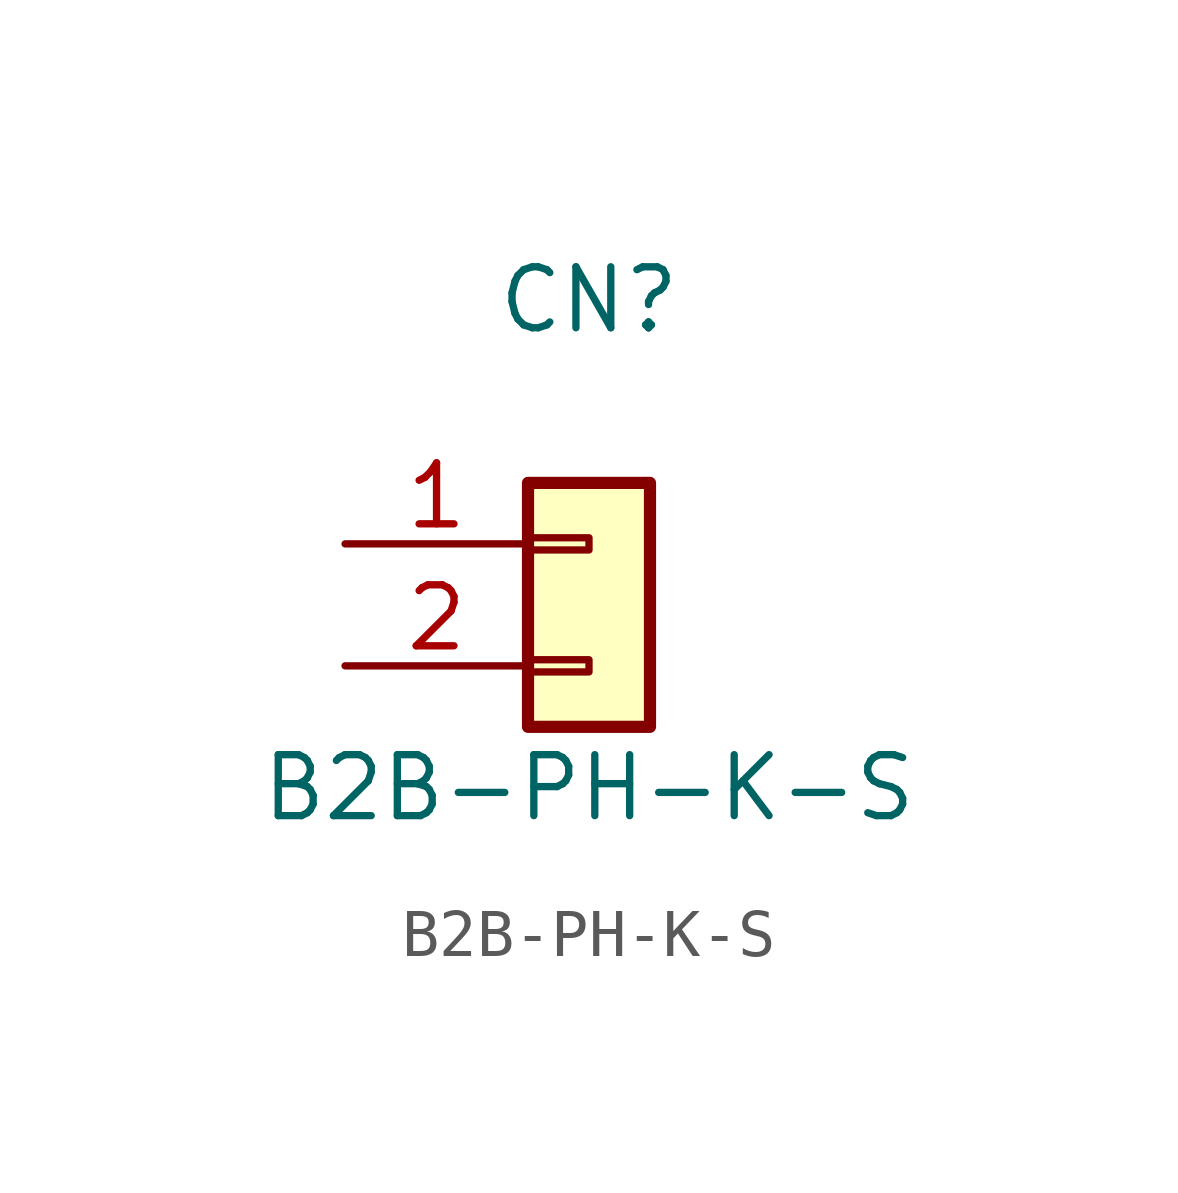
<source format=kicad_sym>
(kicad_symbol_lib
  (version 20211014)
  (generator kicad_symbol_editor)
  (symbol "B2B-PH-K-S"
    (pin_names
      (offset 1.016) hide)
    (property "Reference" "CN"
      (at 0 5.08 0)
      (effects (font (size 1.27 1.27))))
    (property "Value" "B2B-PH-K-S"
      (at 0 -5.08 0)
      (effects (font (size 1.27 1.27))))
    (symbol "B2B-PH-K-S_1_1"
      (rectangle (start -1.27 -2.413) (end 0 -2.667) (stroke (width 0.152) (type default) (color 0 0 0 0)) (fill (type none)))
      (rectangle (start -1.27 0.127) (end 0 -0.127) (stroke (width 0.152) (type default) (color 0 0 0 0)) (fill (type none)))
      (rectangle (start -1.27 1.27) (end 1.27 -3.81) (stroke (width 0.254) (type default) (color 0 0 0 0)) (fill (type background)))
      (pin passive line (at -5.08 0 0) (length 3.81) (name "Pin_1" (effects (font (size 1.27 1.27)))) (number "1" (effects (font (size 1.27 1.27)))))
      (pin passive line (at -5.08 -2.54 0) (length 3.81) (name "Pin_2" (effects (font (size 1.27 1.27)))) (number "2" (effects (font (size 1.27 1.27))))))))
</source>
